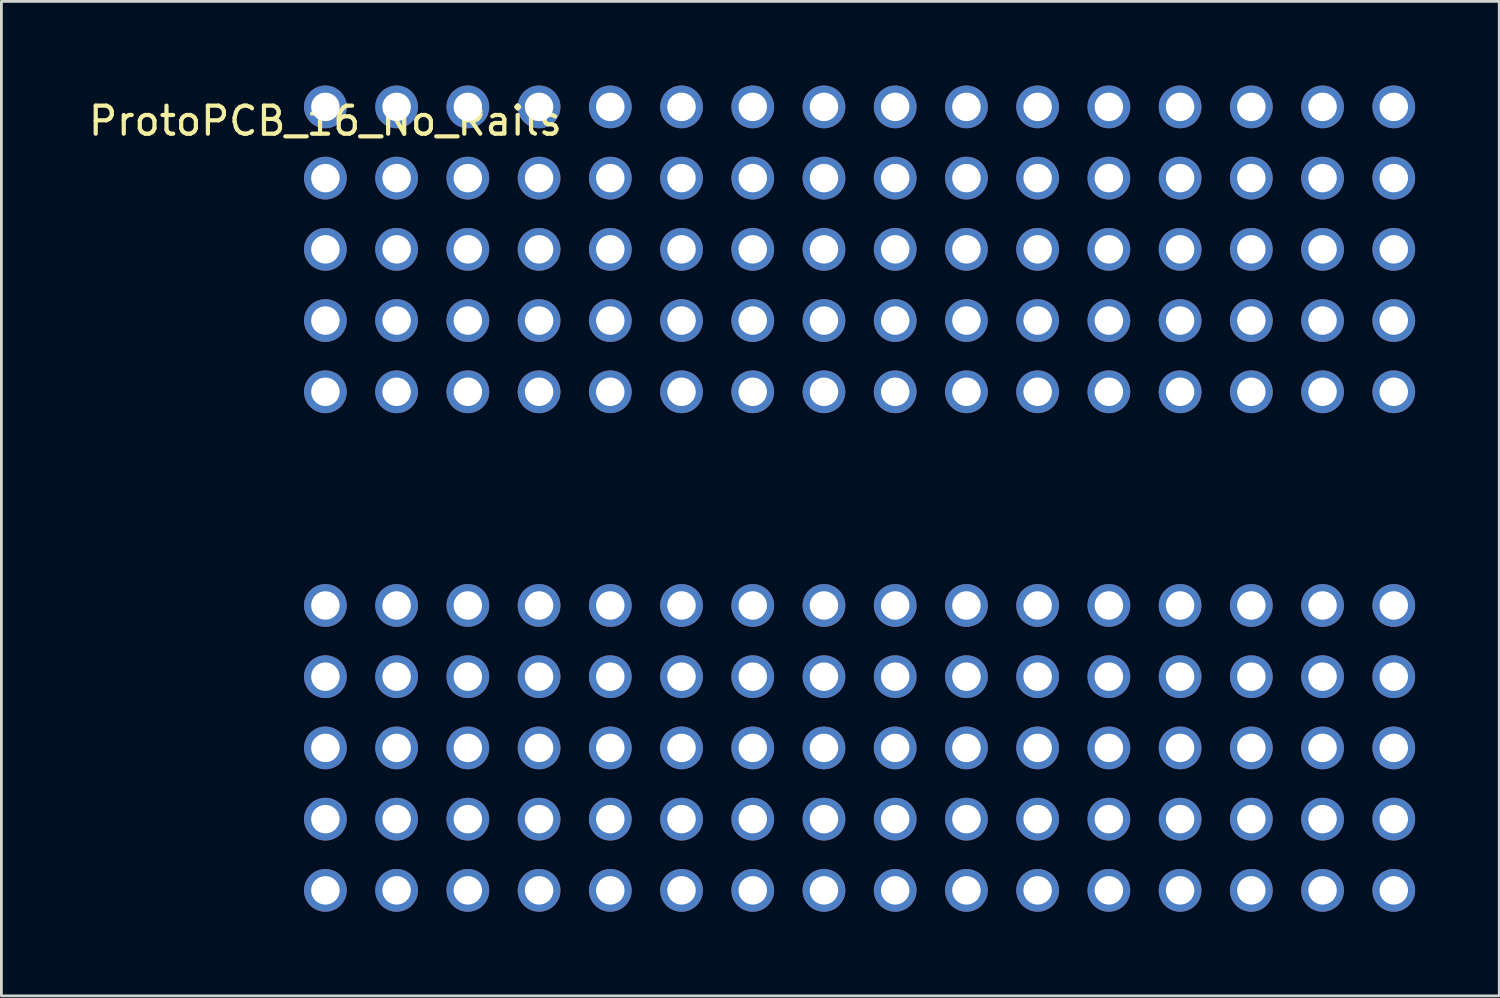
<source format=kicad_pcb>
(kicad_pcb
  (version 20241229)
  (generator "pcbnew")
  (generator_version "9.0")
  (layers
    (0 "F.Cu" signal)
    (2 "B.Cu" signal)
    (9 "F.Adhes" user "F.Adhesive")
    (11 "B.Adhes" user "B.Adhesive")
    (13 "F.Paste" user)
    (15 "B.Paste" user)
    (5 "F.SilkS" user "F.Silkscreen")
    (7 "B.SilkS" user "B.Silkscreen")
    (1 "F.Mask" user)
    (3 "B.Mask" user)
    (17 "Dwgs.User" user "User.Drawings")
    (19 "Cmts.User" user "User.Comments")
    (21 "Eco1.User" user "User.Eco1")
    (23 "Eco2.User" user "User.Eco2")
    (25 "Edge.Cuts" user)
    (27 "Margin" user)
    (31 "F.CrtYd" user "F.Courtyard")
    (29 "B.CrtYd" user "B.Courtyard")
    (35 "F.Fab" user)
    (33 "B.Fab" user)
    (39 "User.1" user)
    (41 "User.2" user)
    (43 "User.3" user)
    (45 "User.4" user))
  (footprint "ProtoPCB_16_No_Rails"
    (layer "F.Cu")
    (at 8.554 0.762)
    (property "Reference" "ProtoPCB_16_No_Rails" (at 0 0.5 0) (layer "F.SilkS") (effects (font (size 1 1) (thickness 0.15))))
    (attr through_hole)
    (pad "1" thru_hole circle (at 0 0) (size 1.524 1.524) (drill 1.016) (layers "*.Cu" "*.Mask"))
    (pad "1" thru_hole circle (at 0 2.54) (size 1.524 1.524) (drill 1.016) (layers "*.Cu" "*.Mask"))
    (pad "1" thru_hole circle (at 0 5.08) (size 1.524 1.524) (drill 1.016) (layers "*.Cu" "*.Mask"))
    (pad "1" thru_hole circle (at 0 7.62) (size 1.524 1.524) (drill 1.016) (layers "*.Cu" "*.Mask"))
    (pad "1" thru_hole circle (at 0 10.16) (size 1.524 1.524) (drill 1.016) (layers "*.Cu" "*.Mask"))
    (pad "1" thru_hole circle (at 0 17.78) (size 1.524 1.524) (drill 1.016) (layers "*.Cu" "*.Mask"))
    (pad "1" thru_hole circle (at 0 20.32) (size 1.524 1.524) (drill 1.016) (layers "*.Cu" "*.Mask"))
    (pad "1" thru_hole circle (at 0 22.86) (size 1.524 1.524) (drill 1.016) (layers "*.Cu" "*.Mask"))
    (pad "1" thru_hole circle (at 0 25.4) (size 1.524 1.524) (drill 1.016) (layers "*.Cu" "*.Mask"))
    (pad "1" thru_hole circle (at 0 27.94) (size 1.524 1.524) (drill 1.016) (layers "*.Cu" "*.Mask"))
    (pad "1" thru_hole circle (at 2.54 0) (size 1.524 1.524) (drill 1.016) (layers "*.Cu" "*.Mask"))
    (pad "1" thru_hole circle (at 2.54 2.54) (size 1.524 1.524) (drill 1.016) (layers "*.Cu" "*.Mask"))
    (pad "1" thru_hole circle (at 2.54 5.08) (size 1.524 1.524) (drill 1.016) (layers "*.Cu" "*.Mask"))
    (pad "1" thru_hole circle (at 2.54 7.62) (size 1.524 1.524) (drill 1.016) (layers "*.Cu" "*.Mask"))
    (pad "1" thru_hole circle (at 2.54 10.16) (size 1.524 1.524) (drill 1.016) (layers "*.Cu" "*.Mask"))
    (pad "1" thru_hole circle (at 2.54 17.78) (size 1.524 1.524) (drill 1.016) (layers "*.Cu" "*.Mask"))
    (pad "1" thru_hole circle (at 2.54 20.32) (size 1.524 1.524) (drill 1.016) (layers "*.Cu" "*.Mask"))
    (pad "1" thru_hole circle (at 2.54 22.86) (size 1.524 1.524) (drill 1.016) (layers "*.Cu" "*.Mask"))
    (pad "1" thru_hole circle (at 2.54 25.4) (size 1.524 1.524) (drill 1.016) (layers "*.Cu" "*.Mask"))
    (pad "1" thru_hole circle (at 2.54 27.94) (size 1.524 1.524) (drill 1.016) (layers "*.Cu" "*.Mask"))
    (pad "1" thru_hole circle (at 5.08 0) (size 1.524 1.524) (drill 1.016) (layers "*.Cu" "*.Mask"))
    (pad "1" thru_hole circle (at 5.08 2.54) (size 1.524 1.524) (drill 1.016) (layers "*.Cu" "*.Mask"))
    (pad "1" thru_hole circle (at 5.08 5.08) (size 1.524 1.524) (drill 1.016) (layers "*.Cu" "*.Mask"))
    (pad "1" thru_hole circle (at 5.08 7.62) (size 1.524 1.524) (drill 1.016) (layers "*.Cu" "*.Mask"))
    (pad "1" thru_hole circle (at 5.08 10.16) (size 1.524 1.524) (drill 1.016) (layers "*.Cu" "*.Mask"))
    (pad "1" thru_hole circle (at 5.08 17.78) (size 1.524 1.524) (drill 1.016) (layers "*.Cu" "*.Mask"))
    (pad "1" thru_hole circle (at 5.08 20.32) (size 1.524 1.524) (drill 1.016) (layers "*.Cu" "*.Mask"))
    (pad "1" thru_hole circle (at 5.08 22.86) (size 1.524 1.524) (drill 1.016) (layers "*.Cu" "*.Mask"))
    (pad "1" thru_hole circle (at 5.08 25.4) (size 1.524 1.524) (drill 1.016) (layers "*.Cu" "*.Mask"))
    (pad "1" thru_hole circle (at 5.08 27.94) (size 1.524 1.524) (drill 1.016) (layers "*.Cu" "*.Mask"))
    (pad "1" thru_hole circle (at 7.62 0) (size 1.524 1.524) (drill 1.016) (layers "*.Cu" "*.Mask"))
    (pad "1" thru_hole circle (at 7.62 2.54) (size 1.524 1.524) (drill 1.016) (layers "*.Cu" "*.Mask"))
    (pad "1" thru_hole circle (at 7.62 5.08) (size 1.524 1.524) (drill 1.016) (layers "*.Cu" "*.Mask"))
    (pad "1" thru_hole circle (at 7.62 7.62) (size 1.524 1.524) (drill 1.016) (layers "*.Cu" "*.Mask"))
    (pad "1" thru_hole circle (at 7.62 10.16) (size 1.524 1.524) (drill 1.016) (layers "*.Cu" "*.Mask"))
    (pad "1" thru_hole circle (at 7.62 17.78) (size 1.524 1.524) (drill 1.016) (layers "*.Cu" "*.Mask"))
    (pad "1" thru_hole circle (at 7.62 20.32) (size 1.524 1.524) (drill 1.016) (layers "*.Cu" "*.Mask"))
    (pad "1" thru_hole circle (at 7.62 22.86) (size 1.524 1.524) (drill 1.016) (layers "*.Cu" "*.Mask"))
    (pad "1" thru_hole circle (at 7.62 25.4) (size 1.524 1.524) (drill 1.016) (layers "*.Cu" "*.Mask"))
    (pad "1" thru_hole circle (at 7.62 27.94) (size 1.524 1.524) (drill 1.016) (layers "*.Cu" "*.Mask"))
    (pad "1" thru_hole circle (at 10.16 0) (size 1.524 1.524) (drill 1.016) (layers "*.Cu" "*.Mask"))
    (pad "1" thru_hole circle (at 10.16 2.54) (size 1.524 1.524) (drill 1.016) (layers "*.Cu" "*.Mask"))
    (pad "1" thru_hole circle (at 10.16 5.08) (size 1.524 1.524) (drill 1.016) (layers "*.Cu" "*.Mask"))
    (pad "1" thru_hole circle (at 10.16 7.62) (size 1.524 1.524) (drill 1.016) (layers "*.Cu" "*.Mask"))
    (pad "1" thru_hole circle (at 10.16 10.16) (size 1.524 1.524) (drill 1.016) (layers "*.Cu" "*.Mask"))
    (pad "1" thru_hole circle (at 10.16 17.78) (size 1.524 1.524) (drill 1.016) (layers "*.Cu" "*.Mask"))
    (pad "1" thru_hole circle (at 10.16 20.32) (size 1.524 1.524) (drill 1.016) (layers "*.Cu" "*.Mask"))
    (pad "1" thru_hole circle (at 10.16 22.86) (size 1.524 1.524) (drill 1.016) (layers "*.Cu" "*.Mask"))
    (pad "1" thru_hole circle (at 10.16 25.4) (size 1.524 1.524) (drill 1.016) (layers "*.Cu" "*.Mask"))
    (pad "1" thru_hole circle (at 10.16 27.94) (size 1.524 1.524) (drill 1.016) (layers "*.Cu" "*.Mask"))
    (pad "1" thru_hole circle (at 12.7 0) (size 1.524 1.524) (drill 1.016) (layers "*.Cu" "*.Mask"))
    (pad "1" thru_hole circle (at 12.7 2.54) (size 1.524 1.524) (drill 1.016) (layers "*.Cu" "*.Mask"))
    (pad "1" thru_hole circle (at 12.7 5.08) (size 1.524 1.524) (drill 1.016) (layers "*.Cu" "*.Mask"))
    (pad "1" thru_hole circle (at 12.7 7.62) (size 1.524 1.524) (drill 1.016) (layers "*.Cu" "*.Mask"))
    (pad "1" thru_hole circle (at 12.7 10.16) (size 1.524 1.524) (drill 1.016) (layers "*.Cu" "*.Mask"))
    (pad "1" thru_hole circle (at 12.7 17.78) (size 1.524 1.524) (drill 1.016) (layers "*.Cu" "*.Mask"))
    (pad "1" thru_hole circle (at 12.7 20.32) (size 1.524 1.524) (drill 1.016) (layers "*.Cu" "*.Mask"))
    (pad "1" thru_hole circle (at 12.7 22.86) (size 1.524 1.524) (drill 1.016) (layers "*.Cu" "*.Mask"))
    (pad "1" thru_hole circle (at 12.7 25.4) (size 1.524 1.524) (drill 1.016) (layers "*.Cu" "*.Mask"))
    (pad "1" thru_hole circle (at 12.7 27.94) (size 1.524 1.524) (drill 1.016) (layers "*.Cu" "*.Mask"))
    (pad "1" thru_hole circle (at 15.24 0) (size 1.524 1.524) (drill 1.016) (layers "*.Cu" "*.Mask"))
    (pad "1" thru_hole circle (at 15.24 2.54) (size 1.524 1.524) (drill 1.016) (layers "*.Cu" "*.Mask"))
    (pad "1" thru_hole circle (at 15.24 5.08) (size 1.524 1.524) (drill 1.016) (layers "*.Cu" "*.Mask"))
    (pad "1" thru_hole circle (at 15.24 7.62) (size 1.524 1.524) (drill 1.016) (layers "*.Cu" "*.Mask"))
    (pad "1" thru_hole circle (at 15.24 10.16) (size 1.524 1.524) (drill 1.016) (layers "*.Cu" "*.Mask"))
    (pad "1" thru_hole circle (at 15.24 17.78) (size 1.524 1.524) (drill 1.016) (layers "*.Cu" "*.Mask"))
    (pad "1" thru_hole circle (at 15.24 20.32) (size 1.524 1.524) (drill 1.016) (layers "*.Cu" "*.Mask"))
    (pad "1" thru_hole circle (at 15.24 22.86) (size 1.524 1.524) (drill 1.016) (layers "*.Cu" "*.Mask"))
    (pad "1" thru_hole circle (at 15.24 25.4) (size 1.524 1.524) (drill 1.016) (layers "*.Cu" "*.Mask"))
    (pad "1" thru_hole circle (at 15.24 27.94) (size 1.524 1.524) (drill 1.016) (layers "*.Cu" "*.Mask"))
    (pad "1" thru_hole circle (at 17.78 0) (size 1.524 1.524) (drill 1.016) (layers "*.Cu" "*.Mask"))
    (pad "1" thru_hole circle (at 17.78 2.54) (size 1.524 1.524) (drill 1.016) (layers "*.Cu" "*.Mask"))
    (pad "1" thru_hole circle (at 17.78 5.08) (size 1.524 1.524) (drill 1.016) (layers "*.Cu" "*.Mask"))
    (pad "1" thru_hole circle (at 17.78 7.62) (size 1.524 1.524) (drill 1.016) (layers "*.Cu" "*.Mask"))
    (pad "1" thru_hole circle (at 17.78 10.16) (size 1.524 1.524) (drill 1.016) (layers "*.Cu" "*.Mask"))
    (pad "1" thru_hole circle (at 17.78 17.78) (size 1.524 1.524) (drill 1.016) (layers "*.Cu" "*.Mask"))
    (pad "1" thru_hole circle (at 17.78 20.32) (size 1.524 1.524) (drill 1.016) (layers "*.Cu" "*.Mask"))
    (pad "1" thru_hole circle (at 17.78 22.86) (size 1.524 1.524) (drill 1.016) (layers "*.Cu" "*.Mask"))
    (pad "1" thru_hole circle (at 17.78 25.4) (size 1.524 1.524) (drill 1.016) (layers "*.Cu" "*.Mask"))
    (pad "1" thru_hole circle (at 17.78 27.94) (size 1.524 1.524) (drill 1.016) (layers "*.Cu" "*.Mask"))
    (pad "1" thru_hole circle (at 20.32 0) (size 1.524 1.524) (drill 1.016) (layers "*.Cu" "*.Mask"))
    (pad "1" thru_hole circle (at 20.32 2.54) (size 1.524 1.524) (drill 1.016) (layers "*.Cu" "*.Mask"))
    (pad "1" thru_hole circle (at 20.32 5.08) (size 1.524 1.524) (drill 1.016) (layers "*.Cu" "*.Mask"))
    (pad "1" thru_hole circle (at 20.32 7.62) (size 1.524 1.524) (drill 1.016) (layers "*.Cu" "*.Mask"))
    (pad "1" thru_hole circle (at 20.32 10.16) (size 1.524 1.524) (drill 1.016) (layers "*.Cu" "*.Mask"))
    (pad "1" thru_hole circle (at 20.32 17.78) (size 1.524 1.524) (drill 1.016) (layers "*.Cu" "*.Mask"))
    (pad "1" thru_hole circle (at 20.32 20.32) (size 1.524 1.524) (drill 1.016) (layers "*.Cu" "*.Mask"))
    (pad "1" thru_hole circle (at 20.32 22.86) (size 1.524 1.524) (drill 1.016) (layers "*.Cu" "*.Mask"))
    (pad "1" thru_hole circle (at 20.32 25.4) (size 1.524 1.524) (drill 1.016) (layers "*.Cu" "*.Mask"))
    (pad "1" thru_hole circle (at 20.32 27.94) (size 1.524 1.524) (drill 1.016) (layers "*.Cu" "*.Mask"))
    (pad "1" thru_hole circle (at 22.86 0) (size 1.524 1.524) (drill 1.016) (layers "*.Cu" "*.Mask"))
    (pad "1" thru_hole circle (at 22.86 2.54) (size 1.524 1.524) (drill 1.016) (layers "*.Cu" "*.Mask"))
    (pad "1" thru_hole circle (at 22.86 5.08) (size 1.524 1.524) (drill 1.016) (layers "*.Cu" "*.Mask"))
    (pad "1" thru_hole circle (at 22.86 7.62) (size 1.524 1.524) (drill 1.016) (layers "*.Cu" "*.Mask"))
    (pad "1" thru_hole circle (at 22.86 10.16) (size 1.524 1.524) (drill 1.016) (layers "*.Cu" "*.Mask"))
    (pad "1" thru_hole circle (at 22.86 17.78) (size 1.524 1.524) (drill 1.016) (layers "*.Cu" "*.Mask"))
    (pad "1" thru_hole circle (at 22.86 20.32) (size 1.524 1.524) (drill 1.016) (layers "*.Cu" "*.Mask"))
    (pad "1" thru_hole circle (at 22.86 22.86) (size 1.524 1.524) (drill 1.016) (layers "*.Cu" "*.Mask"))
    (pad "1" thru_hole circle (at 22.86 25.4) (size 1.524 1.524) (drill 1.016) (layers "*.Cu" "*.Mask"))
    (pad "1" thru_hole circle (at 22.86 27.94) (size 1.524 1.524) (drill 1.016) (layers "*.Cu" "*.Mask"))
    (pad "1" thru_hole circle (at 25.4 0) (size 1.524 1.524) (drill 1.016) (layers "*.Cu" "*.Mask"))
    (pad "1" thru_hole circle (at 25.4 2.54) (size 1.524 1.524) (drill 1.016) (layers "*.Cu" "*.Mask"))
    (pad "1" thru_hole circle (at 25.4 5.08) (size 1.524 1.524) (drill 1.016) (layers "*.Cu" "*.Mask"))
    (pad "1" thru_hole circle (at 25.4 7.62) (size 1.524 1.524) (drill 1.016) (layers "*.Cu" "*.Mask"))
    (pad "1" thru_hole circle (at 25.4 10.16) (size 1.524 1.524) (drill 1.016) (layers "*.Cu" "*.Mask"))
    (pad "1" thru_hole circle (at 25.4 17.78) (size 1.524 1.524) (drill 1.016) (layers "*.Cu" "*.Mask"))
    (pad "1" thru_hole circle (at 25.4 20.32) (size 1.524 1.524) (drill 1.016) (layers "*.Cu" "*.Mask"))
    (pad "1" thru_hole circle (at 25.4 22.86) (size 1.524 1.524) (drill 1.016) (layers "*.Cu" "*.Mask"))
    (pad "1" thru_hole circle (at 25.4 25.4) (size 1.524 1.524) (drill 1.016) (layers "*.Cu" "*.Mask"))
    (pad "1" thru_hole circle (at 25.4 27.94) (size 1.524 1.524) (drill 1.016) (layers "*.Cu" "*.Mask"))
    (pad "1" thru_hole circle (at 27.94 0) (size 1.524 1.524) (drill 1.016) (layers "*.Cu" "*.Mask"))
    (pad "1" thru_hole circle (at 27.94 2.54) (size 1.524 1.524) (drill 1.016) (layers "*.Cu" "*.Mask"))
    (pad "1" thru_hole circle (at 27.94 5.08) (size 1.524 1.524) (drill 1.016) (layers "*.Cu" "*.Mask"))
    (pad "1" thru_hole circle (at 27.94 7.62) (size 1.524 1.524) (drill 1.016) (layers "*.Cu" "*.Mask"))
    (pad "1" thru_hole circle (at 27.94 10.16) (size 1.524 1.524) (drill 1.016) (layers "*.Cu" "*.Mask"))
    (pad "1" thru_hole circle (at 27.94 17.78) (size 1.524 1.524) (drill 1.016) (layers "*.Cu" "*.Mask"))
    (pad "1" thru_hole circle (at 27.94 20.32) (size 1.524 1.524) (drill 1.016) (layers "*.Cu" "*.Mask"))
    (pad "1" thru_hole circle (at 27.94 22.86) (size 1.524 1.524) (drill 1.016) (layers "*.Cu" "*.Mask"))
    (pad "1" thru_hole circle (at 27.94 25.4) (size 1.524 1.524) (drill 1.016) (layers "*.Cu" "*.Mask"))
    (pad "1" thru_hole circle (at 27.94 27.94) (size 1.524 1.524) (drill 1.016) (layers "*.Cu" "*.Mask"))
    (pad "1" thru_hole circle (at 30.48 0) (size 1.524 1.524) (drill 1.016) (layers "*.Cu" "*.Mask"))
    (pad "1" thru_hole circle (at 30.48 2.54) (size 1.524 1.524) (drill 1.016) (layers "*.Cu" "*.Mask"))
    (pad "1" thru_hole circle (at 30.48 5.08) (size 1.524 1.524) (drill 1.016) (layers "*.Cu" "*.Mask"))
    (pad "1" thru_hole circle (at 30.48 7.62) (size 1.524 1.524) (drill 1.016) (layers "*.Cu" "*.Mask"))
    (pad "1" thru_hole circle (at 30.48 10.16) (size 1.524 1.524) (drill 1.016) (layers "*.Cu" "*.Mask"))
    (pad "1" thru_hole circle (at 30.48 17.78) (size 1.524 1.524) (drill 1.016) (layers "*.Cu" "*.Mask"))
    (pad "1" thru_hole circle (at 30.48 20.32) (size 1.524 1.524) (drill 1.016) (layers "*.Cu" "*.Mask"))
    (pad "1" thru_hole circle (at 30.48 22.86) (size 1.524 1.524) (drill 1.016) (layers "*.Cu" "*.Mask"))
    (pad "1" thru_hole circle (at 30.48 25.4) (size 1.524 1.524) (drill 1.016) (layers "*.Cu" "*.Mask"))
    (pad "1" thru_hole circle (at 30.48 27.94) (size 1.524 1.524) (drill 1.016) (layers "*.Cu" "*.Mask"))
    (pad "1" thru_hole circle (at 33.02 0) (size 1.524 1.524) (drill 1.016) (layers "*.Cu" "*.Mask"))
    (pad "1" thru_hole circle (at 33.02 2.54) (size 1.524 1.524) (drill 1.016) (layers "*.Cu" "*.Mask"))
    (pad "1" thru_hole circle (at 33.02 5.08) (size 1.524 1.524) (drill 1.016) (layers "*.Cu" "*.Mask"))
    (pad "1" thru_hole circle (at 33.02 7.62) (size 1.524 1.524) (drill 1.016) (layers "*.Cu" "*.Mask"))
    (pad "1" thru_hole circle (at 33.02 10.16) (size 1.524 1.524) (drill 1.016) (layers "*.Cu" "*.Mask"))
    (pad "1" thru_hole circle (at 33.02 17.78) (size 1.524 1.524) (drill 1.016) (layers "*.Cu" "*.Mask"))
    (pad "1" thru_hole circle (at 33.02 20.32) (size 1.524 1.524) (drill 1.016) (layers "*.Cu" "*.Mask"))
    (pad "1" thru_hole circle (at 33.02 22.86) (size 1.524 1.524) (drill 1.016) (layers "*.Cu" "*.Mask"))
    (pad "1" thru_hole circle (at 33.02 25.4) (size 1.524 1.524) (drill 1.016) (layers "*.Cu" "*.Mask"))
    (pad "1" thru_hole circle (at 33.02 27.94) (size 1.524 1.524) (drill 1.016) (layers "*.Cu" "*.Mask"))
    (pad "1" thru_hole circle (at 35.56 0) (size 1.524 1.524) (drill 1.016) (layers "*.Cu" "*.Mask"))
    (pad "1" thru_hole circle (at 35.56 2.54) (size 1.524 1.524) (drill 1.016) (layers "*.Cu" "*.Mask"))
    (pad "1" thru_hole circle (at 35.56 5.08) (size 1.524 1.524) (drill 1.016) (layers "*.Cu" "*.Mask"))
    (pad "1" thru_hole circle (at 35.56 7.62) (size 1.524 1.524) (drill 1.016) (layers "*.Cu" "*.Mask"))
    (pad "1" thru_hole circle (at 35.56 10.16) (size 1.524 1.524) (drill 1.016) (layers "*.Cu" "*.Mask"))
    (pad "1" thru_hole circle (at 35.56 17.78) (size 1.524 1.524) (drill 1.016) (layers "*.Cu" "*.Mask"))
    (pad "1" thru_hole circle (at 35.56 20.32) (size 1.524 1.524) (drill 1.016) (layers "*.Cu" "*.Mask"))
    (pad "1" thru_hole circle (at 35.56 22.86) (size 1.524 1.524) (drill 1.016) (layers "*.Cu" "*.Mask"))
    (pad "1" thru_hole circle (at 35.56 25.4) (size 1.524 1.524) (drill 1.016) (layers "*.Cu" "*.Mask"))
    (pad "1" thru_hole circle (at 35.56 27.94) (size 1.524 1.524) (drill 1.016) (layers "*.Cu" "*.Mask"))
    (pad "1" thru_hole circle (at 38.1 0) (size 1.524 1.524) (drill 1.016) (layers "*.Cu" "*.Mask"))
    (pad "1" thru_hole circle (at 38.1 2.54) (size 1.524 1.524) (drill 1.016) (layers "*.Cu" "*.Mask"))
    (pad "1" thru_hole circle (at 38.1 5.08) (size 1.524 1.524) (drill 1.016) (layers "*.Cu" "*.Mask"))
    (pad "1" thru_hole circle (at 38.1 7.62) (size 1.524 1.524) (drill 1.016) (layers "*.Cu" "*.Mask"))
    (pad "1" thru_hole circle (at 38.1 10.16) (size 1.524 1.524) (drill 1.016) (layers "*.Cu" "*.Mask"))
    (pad "1" thru_hole circle (at 38.1 17.78) (size 1.524 1.524) (drill 1.016) (layers "*.Cu" "*.Mask"))
    (pad "1" thru_hole circle (at 38.1 20.32) (size 1.524 1.524) (drill 1.016) (layers "*.Cu" "*.Mask"))
    (pad "1" thru_hole circle (at 38.1 22.86) (size 1.524 1.524) (drill 1.016) (layers "*.Cu" "*.Mask"))
    (pad "1" thru_hole circle (at 38.1 25.4) (size 1.524 1.524) (drill 1.016) (layers "*.Cu" "*.Mask"))
    (pad "1" thru_hole circle (at 38.1 27.94) (size 1.524 1.524) (drill 1.016) (layers "*.Cu" "*.Mask")))
  (gr_rect
    (start -3 -3)
    (end 50.416 32.464)
    (stroke (width 0.1) (type default))
    (fill no)
    (layer "Edge.Cuts")))
</source>
